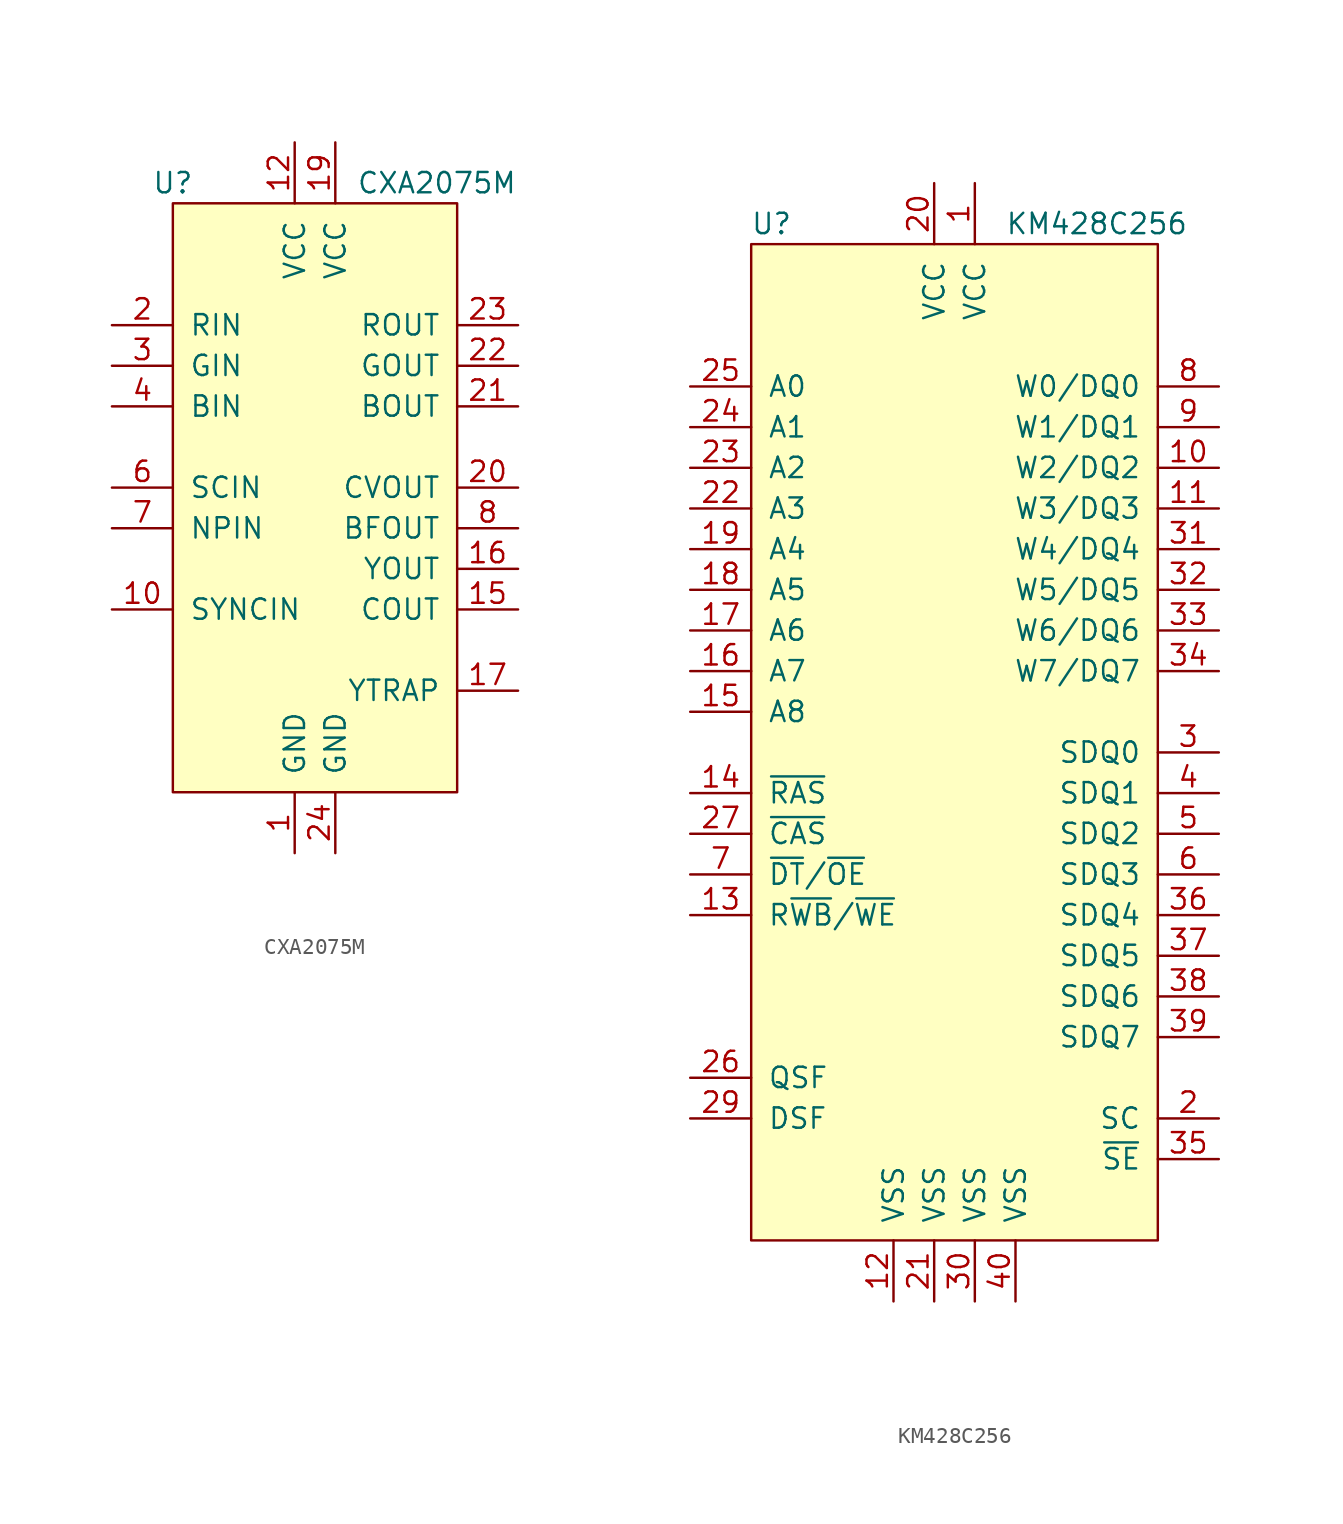
<source format=kicad_sym>
(kicad_symbol_lib
  (version 20211014)
  (generator kicad_symbol_editor)
  (symbol "CXA2075M"
    (pin_names
      (offset 1.016))
    (property "Reference" "U"
      (at -8.89 20.32 0)
      (effects (font (size 1.27 1.27))))
    (property "Value" "CXA2075M"
      (at 7.62 20.32 0)
      (effects (font (size 1.27 1.27))))
    (symbol "CXA2075M_0_1"
      (rectangle (start -8.89 19.05) (end 8.89 -17.78) (stroke (width 0) (type default) (color 0 0 0 0)) (fill (type background))))
    (symbol "CXA2075M_1_1"
      (pin power_in line (at -1.27 -21.59 90) (length 3.81) (name "GND" (effects (font (size 1.27 1.27)))) (number "1" (effects (font (size 1.27 1.27)))))
      (pin input line (at -12.7 -6.35 0) (length 3.81) (name "SYNCIN" (effects (font (size 1.27 1.27)))) (number "10" (effects (font (size 1.27 1.27)))))
      (pin no_connect line (at -12.7 -8.89 0) (length 3.81) hide (name "NC" (effects (font (size 1.27 1.27)))) (number "11" (effects (font (size 1.27 1.27)))))
      (pin power_in line (at -1.27 22.86 270) (length 3.81) (name "VCC" (effects (font (size 1.27 1.27)))) (number "12" (effects (font (size 1.27 1.27)))))
      (pin no_connect line (at 12.7 13.97 180) (length 3.81) hide (name "NC" (effects (font (size 1.27 1.27)))) (number "13" (effects (font (size 1.27 1.27)))))
      (pin no_connect line (at 11.43 -8.89 180) (length 3.81) hide (name "NC" (effects (font (size 1.27 1.27)))) (number "14" (effects (font (size 1.27 1.27)))))
      (pin output line (at 12.7 -6.35 180) (length 3.81) (name "COUT" (effects (font (size 1.27 1.27)))) (number "15" (effects (font (size 1.27 1.27)))))
      (pin output line (at 12.7 -3.81 180) (length 3.81) (name "YOUT" (effects (font (size 1.27 1.27)))) (number "16" (effects (font (size 1.27 1.27)))))
      (pin input line (at 12.7 -11.43 180) (length 3.81) (name "YTRAP" (effects (font (size 1.27 1.27)))) (number "17" (effects (font (size 1.27 1.27)))))
      (pin no_connect line (at 11.43 -13.97 180) (length 3.81) hide (name "NC" (effects (font (size 1.27 1.27)))) (number "18" (effects (font (size 1.27 1.27)))))
      (pin power_in line (at 1.27 22.86 270) (length 3.81) (name "VCC" (effects (font (size 1.27 1.27)))) (number "19" (effects (font (size 1.27 1.27)))))
      (pin input line (at -12.7 11.43 0) (length 3.81) (name "RIN" (effects (font (size 1.27 1.27)))) (number "2" (effects (font (size 1.27 1.27)))))
      (pin output line (at 12.7 1.27 180) (length 3.81) (name "CVOUT" (effects (font (size 1.27 1.27)))) (number "20" (effects (font (size 1.27 1.27)))))
      (pin output line (at 12.7 6.35 180) (length 3.81) (name "BOUT" (effects (font (size 1.27 1.27)))) (number "21" (effects (font (size 1.27 1.27)))))
      (pin output line (at 12.7 8.89 180) (length 3.81) (name "GOUT" (effects (font (size 1.27 1.27)))) (number "22" (effects (font (size 1.27 1.27)))))
      (pin output line (at 12.7 11.43 180) (length 3.81) (name "ROUT" (effects (font (size 1.27 1.27)))) (number "23" (effects (font (size 1.27 1.27)))))
      (pin power_in line (at 1.27 -21.59 90) (length 3.81) (name "GND" (effects (font (size 1.27 1.27)))) (number "24" (effects (font (size 1.27 1.27)))))
      (pin input line (at -12.7 8.89 0) (length 3.81) (name "GIN" (effects (font (size 1.27 1.27)))) (number "3" (effects (font (size 1.27 1.27)))))
      (pin input line (at -12.7 6.35 0) (length 3.81) (name "BIN" (effects (font (size 1.27 1.27)))) (number "4" (effects (font (size 1.27 1.27)))))
      (pin no_connect line (at -12.7 3.81 0) (length 3.81) hide (name "NC" (effects (font (size 1.27 1.27)))) (number "5" (effects (font (size 1.27 1.27)))))
      (pin input line (at -12.7 1.27 0) (length 3.81) (name "SCIN" (effects (font (size 1.27 1.27)))) (number "6" (effects (font (size 1.27 1.27)))))
      (pin input line (at -12.7 -1.27 0) (length 3.81) (name "NPIN" (effects (font (size 1.27 1.27)))) (number "7" (effects (font (size 1.27 1.27)))))
      (pin output line (at 12.7 -1.27 180) (length 3.81) (name "BFOUT" (effects (font (size 1.27 1.27)))) (number "8" (effects (font (size 1.27 1.27)))))
      (pin no_connect line (at -12.7 -3.81 0) (length 3.81) hide (name "NC" (effects (font (size 1.27 1.27)))) (number "9" (effects (font (size 1.27 1.27)))))))
  (symbol "KM428C256"
    (pin_names
      (offset 1.016))
    (property "Reference" "U"
      (at -11.43 30.48 0)
      (effects (font (size 1.27 1.27))))
    (property "Value" "KM428C256"
      (at 8.89 30.48 0)
      (effects (font (size 1.27 1.27))))
    (symbol "KM428C256_0_1"
      (rectangle (start -12.7 29.21) (end 12.7 -33.02) (stroke (width 0) (type default) (color 0 0 0 0)) (fill (type background))))
    (symbol "KM428C256_1_1"
      (pin power_in line (at 1.27 33.02 270) (length 3.81) (name "VCC" (effects (font (size 1.27 1.27)))) (number "1" (effects (font (size 1.27 1.27)))))
      (pin bidirectional line (at 16.51 15.24 180) (length 3.81) (name "W2/DQ2" (effects (font (size 1.27 1.27)))) (number "10" (effects (font (size 1.27 1.27)))))
      (pin bidirectional line (at 16.51 12.7 180) (length 3.81) (name "W3/DQ3" (effects (font (size 1.27 1.27)))) (number "11" (effects (font (size 1.27 1.27)))))
      (pin power_in line (at -3.81 -36.83 90) (length 3.81) (name "VSS" (effects (font (size 1.27 1.27)))) (number "12" (effects (font (size 1.27 1.27)))))
      (pin input line (at -16.51 -12.7 0) (length 3.81) (name "R~{WB}/~{WE}" (effects (font (size 1.27 1.27)))) (number "13" (effects (font (size 1.27 1.27)))))
      (pin input line (at -16.51 -5.08 0) (length 3.81) (name "~{RAS}" (effects (font (size 1.27 1.27)))) (number "14" (effects (font (size 1.27 1.27)))))
      (pin input line (at -16.51 0 0) (length 3.81) (name "A8" (effects (font (size 1.27 1.27)))) (number "15" (effects (font (size 1.27 1.27)))))
      (pin input line (at -16.51 2.54 0) (length 3.81) (name "A7" (effects (font (size 1.27 1.27)))) (number "16" (effects (font (size 1.27 1.27)))))
      (pin input line (at -16.51 5.08 0) (length 3.81) (name "A6" (effects (font (size 1.27 1.27)))) (number "17" (effects (font (size 1.27 1.27)))))
      (pin input line (at -16.51 7.62 0) (length 3.81) (name "A5" (effects (font (size 1.27 1.27)))) (number "18" (effects (font (size 1.27 1.27)))))
      (pin input line (at -16.51 10.16 0) (length 3.81) (name "A4" (effects (font (size 1.27 1.27)))) (number "19" (effects (font (size 1.27 1.27)))))
      (pin input line (at 16.51 -25.4 180) (length 3.81) (name "SC" (effects (font (size 1.27 1.27)))) (number "2" (effects (font (size 1.27 1.27)))))
      (pin power_in line (at -1.27 33.02 270) (length 3.81) (name "VCC" (effects (font (size 1.27 1.27)))) (number "20" (effects (font (size 1.27 1.27)))))
      (pin power_in line (at -1.27 -36.83 90) (length 3.81) (name "VSS" (effects (font (size 1.27 1.27)))) (number "21" (effects (font (size 1.27 1.27)))))
      (pin input line (at -16.51 12.7 0) (length 3.81) (name "A3" (effects (font (size 1.27 1.27)))) (number "22" (effects (font (size 1.27 1.27)))))
      (pin input line (at -16.51 15.24 0) (length 3.81) (name "A2" (effects (font (size 1.27 1.27)))) (number "23" (effects (font (size 1.27 1.27)))))
      (pin input line (at -16.51 17.78 0) (length 3.81) (name "A1" (effects (font (size 1.27 1.27)))) (number "24" (effects (font (size 1.27 1.27)))))
      (pin input line (at -16.51 20.32 0) (length 3.81) (name "A0" (effects (font (size 1.27 1.27)))) (number "25" (effects (font (size 1.27 1.27)))))
      (pin input line (at -16.51 -22.86 0) (length 3.81) (name "QSF" (effects (font (size 1.27 1.27)))) (number "26" (effects (font (size 1.27 1.27)))))
      (pin input line (at -16.51 -7.62 0) (length 3.81) (name "~{CAS}" (effects (font (size 1.27 1.27)))) (number "27" (effects (font (size 1.27 1.27)))))
      (pin no_connect line (at 16.51 0 180) (length 3.81) hide (name "N/C" (effects (font (size 1.27 1.27)))) (number "28" (effects (font (size 1.27 1.27)))))
      (pin input line (at -16.51 -25.4 0) (length 3.81) (name "DSF" (effects (font (size 1.27 1.27)))) (number "29" (effects (font (size 1.27 1.27)))))
      (pin bidirectional line (at 16.51 -2.54 180) (length 3.81) (name "SDQ0" (effects (font (size 1.27 1.27)))) (number "3" (effects (font (size 1.27 1.27)))))
      (pin power_in line (at 1.27 -36.83 90) (length 3.81) (name "VSS" (effects (font (size 1.27 1.27)))) (number "30" (effects (font (size 1.27 1.27)))))
      (pin bidirectional line (at 16.51 10.16 180) (length 3.81) (name "W4/DQ4" (effects (font (size 1.27 1.27)))) (number "31" (effects (font (size 1.27 1.27)))))
      (pin bidirectional line (at 16.51 7.62 180) (length 3.81) (name "W5/DQ5" (effects (font (size 1.27 1.27)))) (number "32" (effects (font (size 1.27 1.27)))))
      (pin bidirectional line (at 16.51 5.08 180) (length 3.81) (name "W6/DQ6" (effects (font (size 1.27 1.27)))) (number "33" (effects (font (size 1.27 1.27)))))
      (pin bidirectional line (at 16.51 2.54 180) (length 3.81) (name "W7/DQ7" (effects (font (size 1.27 1.27)))) (number "34" (effects (font (size 1.27 1.27)))))
      (pin input line (at 16.51 -27.94 180) (length 3.81) (name "~{SE}" (effects (font (size 1.27 1.27)))) (number "35" (effects (font (size 1.27 1.27)))))
      (pin bidirectional line (at 16.51 -12.7 180) (length 3.81) (name "SDQ4" (effects (font (size 1.27 1.27)))) (number "36" (effects (font (size 1.27 1.27)))))
      (pin bidirectional line (at 16.51 -15.24 180) (length 3.81) (name "SDQ5" (effects (font (size 1.27 1.27)))) (number "37" (effects (font (size 1.27 1.27)))))
      (pin bidirectional line (at 16.51 -17.78 180) (length 3.81) (name "SDQ6" (effects (font (size 1.27 1.27)))) (number "38" (effects (font (size 1.27 1.27)))))
      (pin bidirectional line (at 16.51 -20.32 180) (length 3.81) (name "SDQ7" (effects (font (size 1.27 1.27)))) (number "39" (effects (font (size 1.27 1.27)))))
      (pin bidirectional line (at 16.51 -5.08 180) (length 3.81) (name "SDQ1" (effects (font (size 1.27 1.27)))) (number "4" (effects (font (size 1.27 1.27)))))
      (pin power_in line (at 3.81 -36.83 90) (length 3.81) (name "VSS" (effects (font (size 1.27 1.27)))) (number "40" (effects (font (size 1.27 1.27)))))
      (pin bidirectional line (at 16.51 -7.62 180) (length 3.81) (name "SDQ2" (effects (font (size 1.27 1.27)))) (number "5" (effects (font (size 1.27 1.27)))))
      (pin bidirectional line (at 16.51 -10.16 180) (length 3.81) (name "SDQ3" (effects (font (size 1.27 1.27)))) (number "6" (effects (font (size 1.27 1.27)))))
      (pin input line (at -16.51 -10.16 0) (length 3.81) (name "~{DT}/~{OE}" (effects (font (size 1.27 1.27)))) (number "7" (effects (font (size 1.27 1.27)))))
      (pin bidirectional line (at 16.51 20.32 180) (length 3.81) (name "W0/DQ0" (effects (font (size 1.27 1.27)))) (number "8" (effects (font (size 1.27 1.27)))))
      (pin bidirectional line (at 16.51 17.78 180) (length 3.81) (name "W1/DQ1" (effects (font (size 1.27 1.27)))) (number "9" (effects (font (size 1.27 1.27))))))))
</source>
